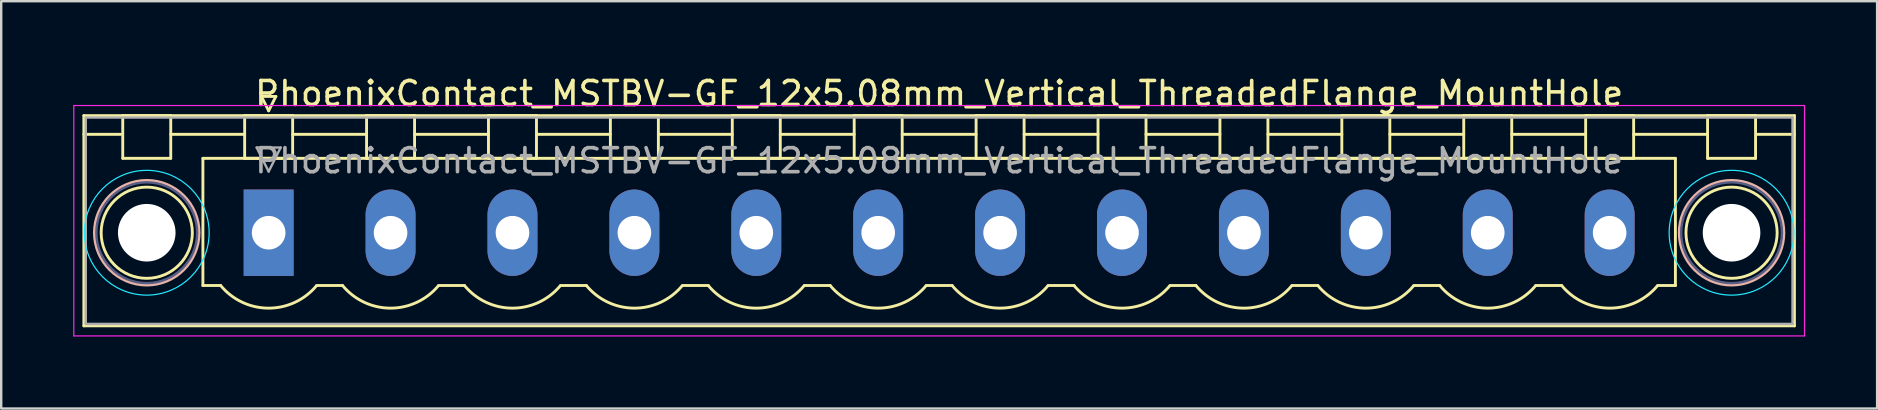
<source format=kicad_pcb>
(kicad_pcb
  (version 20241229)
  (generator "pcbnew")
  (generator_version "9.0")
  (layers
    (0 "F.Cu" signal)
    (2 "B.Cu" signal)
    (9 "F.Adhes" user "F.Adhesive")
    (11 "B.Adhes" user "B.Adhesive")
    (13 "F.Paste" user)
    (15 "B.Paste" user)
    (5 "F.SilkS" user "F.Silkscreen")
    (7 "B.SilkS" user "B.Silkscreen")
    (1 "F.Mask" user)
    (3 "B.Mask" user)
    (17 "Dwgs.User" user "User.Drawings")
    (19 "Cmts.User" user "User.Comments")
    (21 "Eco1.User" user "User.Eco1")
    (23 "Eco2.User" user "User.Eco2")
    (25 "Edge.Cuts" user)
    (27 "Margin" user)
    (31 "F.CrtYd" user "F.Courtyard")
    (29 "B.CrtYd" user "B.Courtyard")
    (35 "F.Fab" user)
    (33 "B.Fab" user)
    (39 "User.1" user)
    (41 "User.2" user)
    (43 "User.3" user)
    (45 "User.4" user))
  (footprint "PhoenixContact_MSTBV-GF_12x5.08mm_Vertical_ThreadedFlange_MountHole"
    (layer "F.Cu")
    (at 8.145 6.648)
    (property "Reference" "PhoenixContact_MSTBV-GF_12x5.08mm_Vertical_ThreadedFlange_MountHole" (at 27.94 -5.8 0) (layer "F.SilkS") (effects (font (size 1 1) (thickness 0.15))))
    (attr through_hole)
    (fp_line (start -7.7 -4.88) (end -7.7 3.88) (stroke (width 0.12) (type solid)) (layer "F.SilkS"))
    (fp_line (start -7.7 -4.1) (end -6.16 -4.1) (stroke (width 0.12) (type solid)) (layer "F.SilkS"))
    (fp_line (start -7.7 3.88) (end 63.58 3.88) (stroke (width 0.12) (type solid)) (layer "F.SilkS"))
    (fp_line (start -6.08 -4.88) (end -4.08 -4.88) (stroke (width 0.12) (type solid)) (layer "F.SilkS"))
    (fp_line (start -6.08 -3.1) (end -6.08 -4.88) (stroke (width 0.12) (type solid)) (layer "F.SilkS"))
    (fp_line (start -4.08 -4.88) (end -4.08 -3.1) (stroke (width 0.12) (type solid)) (layer "F.SilkS"))
    (fp_line (start -4.08 -4.1) (end -1 -4.1) (stroke (width 0.12) (type solid)) (layer "F.SilkS"))
    (fp_line (start -4.08 -3.1) (end -6.08 -3.1) (stroke (width 0.12) (type solid)) (layer "F.SilkS"))
    (fp_line (start -2.74 -3.1) (end 58.62 -3.1) (stroke (width 0.12) (type solid)) (layer "F.SilkS"))
    (fp_line (start -2.74 2.2) (end -2.74 -3.1) (stroke (width 0.12) (type solid)) (layer "F.SilkS"))
    (fp_line (start -2 2.2) (end -2.74 2.2) (stroke (width 0.12) (type solid)) (layer "F.SilkS"))
    (fp_line (start -1 -4.88) (end 1 -4.88) (stroke (width 0.12) (type solid)) (layer "F.SilkS"))
    (fp_line (start -1 -3.1) (end -1 -4.88) (stroke (width 0.12) (type solid)) (layer "F.SilkS"))
    (fp_line (start -0.3 -5.68) (end 0.3 -5.68) (stroke (width 0.12) (type solid)) (layer "F.SilkS"))
    (fp_line (start 0 -5.08) (end -0.3 -5.68) (stroke (width 0.12) (type solid)) (layer "F.SilkS"))
    (fp_line (start 0.3 -5.68) (end 0 -5.08) (stroke (width 0.12) (type solid)) (layer "F.SilkS"))
    (fp_line (start 1 -4.88) (end 1 -3.1) (stroke (width 0.12) (type solid)) (layer "F.SilkS"))
    (fp_line (start 1 -4.1) (end 4.08 -4.1) (stroke (width 0.12) (type solid)) (layer "F.SilkS"))
    (fp_line (start 1 -3.1) (end -1 -3.1) (stroke (width 0.12) (type solid)) (layer "F.SilkS"))
    (fp_line (start 2 2.2) (end 3.08 2.2) (stroke (width 0.12) (type solid)) (layer "F.SilkS"))
    (fp_line (start 4.08 -4.88) (end 6.08 -4.88) (stroke (width 0.12) (type solid)) (layer "F.SilkS"))
    (fp_line (start 4.08 -3.1) (end 4.08 -4.88) (stroke (width 0.12) (type solid)) (layer "F.SilkS"))
    (fp_line (start 6.08 -4.88) (end 6.08 -3.1) (stroke (width 0.12) (type solid)) (layer "F.SilkS"))
    (fp_line (start 6.08 -4.1) (end 9.16 -4.1) (stroke (width 0.12) (type solid)) (layer "F.SilkS"))
    (fp_line (start 6.08 -3.1) (end 4.08 -3.1) (stroke (width 0.12) (type solid)) (layer "F.SilkS"))
    (fp_line (start 7.08 2.2) (end 8.16 2.2) (stroke (width 0.12) (type solid)) (layer "F.SilkS"))
    (fp_line (start 9.16 -4.88) (end 11.16 -4.88) (stroke (width 0.12) (type solid)) (layer "F.SilkS"))
    (fp_line (start 9.16 -3.1) (end 9.16 -4.88) (stroke (width 0.12) (type solid)) (layer "F.SilkS"))
    (fp_line (start 11.16 -4.88) (end 11.16 -3.1) (stroke (width 0.12) (type solid)) (layer "F.SilkS"))
    (fp_line (start 11.16 -4.1) (end 14.24 -4.1) (stroke (width 0.12) (type solid)) (layer "F.SilkS"))
    (fp_line (start 11.16 -3.1) (end 9.16 -3.1) (stroke (width 0.12) (type solid)) (layer "F.SilkS"))
    (fp_line (start 12.16 2.2) (end 13.24 2.2) (stroke (width 0.12) (type solid)) (layer "F.SilkS"))
    (fp_line (start 14.24 -4.88) (end 16.24 -4.88) (stroke (width 0.12) (type solid)) (layer "F.SilkS"))
    (fp_line (start 14.24 -3.1) (end 14.24 -4.88) (stroke (width 0.12) (type solid)) (layer "F.SilkS"))
    (fp_line (start 16.24 -4.88) (end 16.24 -3.1) (stroke (width 0.12) (type solid)) (layer "F.SilkS"))
    (fp_line (start 16.24 -4.1) (end 19.32 -4.1) (stroke (width 0.12) (type solid)) (layer "F.SilkS"))
    (fp_line (start 16.24 -3.1) (end 14.24 -3.1) (stroke (width 0.12) (type solid)) (layer "F.SilkS"))
    (fp_line (start 17.24 2.2) (end 18.32 2.2) (stroke (width 0.12) (type solid)) (layer "F.SilkS"))
    (fp_line (start 19.32 -4.88) (end 21.32 -4.88) (stroke (width 0.12) (type solid)) (layer "F.SilkS"))
    (fp_line (start 19.32 -3.1) (end 19.32 -4.88) (stroke (width 0.12) (type solid)) (layer "F.SilkS"))
    (fp_line (start 21.32 -4.88) (end 21.32 -3.1) (stroke (width 0.12) (type solid)) (layer "F.SilkS"))
    (fp_line (start 21.32 -4.1) (end 24.4 -4.1) (stroke (width 0.12) (type solid)) (layer "F.SilkS"))
    (fp_line (start 21.32 -3.1) (end 19.32 -3.1) (stroke (width 0.12) (type solid)) (layer "F.SilkS"))
    (fp_line (start 22.32 2.2) (end 23.4 2.2) (stroke (width 0.12) (type solid)) (layer "F.SilkS"))
    (fp_line (start 24.4 -4.88) (end 26.4 -4.88) (stroke (width 0.12) (type solid)) (layer "F.SilkS"))
    (fp_line (start 24.4 -3.1) (end 24.4 -4.88) (stroke (width 0.12) (type solid)) (layer "F.SilkS"))
    (fp_line (start 26.4 -4.88) (end 26.4 -3.1) (stroke (width 0.12) (type solid)) (layer "F.SilkS"))
    (fp_line (start 26.4 -4.1) (end 29.48 -4.1) (stroke (width 0.12) (type solid)) (layer "F.SilkS"))
    (fp_line (start 26.4 -3.1) (end 24.4 -3.1) (stroke (width 0.12) (type solid)) (layer "F.SilkS"))
    (fp_line (start 27.4 2.2) (end 28.48 2.2) (stroke (width 0.12) (type solid)) (layer "F.SilkS"))
    (fp_line (start 29.48 -4.88) (end 31.48 -4.88) (stroke (width 0.12) (type solid)) (layer "F.SilkS"))
    (fp_line (start 29.48 -3.1) (end 29.48 -4.88) (stroke (width 0.12) (type solid)) (layer "F.SilkS"))
    (fp_line (start 31.48 -4.88) (end 31.48 -3.1) (stroke (width 0.12) (type solid)) (layer "F.SilkS"))
    (fp_line (start 31.48 -4.1) (end 34.56 -4.1) (stroke (width 0.12) (type solid)) (layer "F.SilkS"))
    (fp_line (start 31.48 -3.1) (end 29.48 -3.1) (stroke (width 0.12) (type solid)) (layer "F.SilkS"))
    (fp_line (start 32.48 2.2) (end 33.56 2.2) (stroke (width 0.12) (type solid)) (layer "F.SilkS"))
    (fp_line (start 34.56 -4.88) (end 36.56 -4.88) (stroke (width 0.12) (type solid)) (layer "F.SilkS"))
    (fp_line (start 34.56 -3.1) (end 34.56 -4.88) (stroke (width 0.12) (type solid)) (layer "F.SilkS"))
    (fp_line (start 36.56 -4.88) (end 36.56 -3.1) (stroke (width 0.12) (type solid)) (layer "F.SilkS"))
    (fp_line (start 36.56 -4.1) (end 39.64 -4.1) (stroke (width 0.12) (type solid)) (layer "F.SilkS"))
    (fp_line (start 36.56 -3.1) (end 34.56 -3.1) (stroke (width 0.12) (type solid)) (layer "F.SilkS"))
    (fp_line (start 37.56 2.2) (end 38.64 2.2) (stroke (width 0.12) (type solid)) (layer "F.SilkS"))
    (fp_line (start 39.64 -4.88) (end 41.64 -4.88) (stroke (width 0.12) (type solid)) (layer "F.SilkS"))
    (fp_line (start 39.64 -3.1) (end 39.64 -4.88) (stroke (width 0.12) (type solid)) (layer "F.SilkS"))
    (fp_line (start 41.64 -4.88) (end 41.64 -3.1) (stroke (width 0.12) (type solid)) (layer "F.SilkS"))
    (fp_line (start 41.64 -4.1) (end 44.72 -4.1) (stroke (width 0.12) (type solid)) (layer "F.SilkS"))
    (fp_line (start 41.64 -3.1) (end 39.64 -3.1) (stroke (width 0.12) (type solid)) (layer "F.SilkS"))
    (fp_line (start 42.64 2.2) (end 43.72 2.2) (stroke (width 0.12) (type solid)) (layer "F.SilkS"))
    (fp_line (start 44.72 -4.88) (end 46.72 -4.88) (stroke (width 0.12) (type solid)) (layer "F.SilkS"))
    (fp_line (start 44.72 -3.1) (end 44.72 -4.88) (stroke (width 0.12) (type solid)) (layer "F.SilkS"))
    (fp_line (start 46.72 -4.88) (end 46.72 -3.1) (stroke (width 0.12) (type solid)) (layer "F.SilkS"))
    (fp_line (start 46.72 -4.1) (end 49.8 -4.1) (stroke (width 0.12) (type solid)) (layer "F.SilkS"))
    (fp_line (start 46.72 -3.1) (end 44.72 -3.1) (stroke (width 0.12) (type solid)) (layer "F.SilkS"))
    (fp_line (start 47.72 2.2) (end 48.8 2.2) (stroke (width 0.12) (type solid)) (layer "F.SilkS"))
    (fp_line (start 49.8 -4.88) (end 51.8 -4.88) (stroke (width 0.12) (type solid)) (layer "F.SilkS"))
    (fp_line (start 49.8 -3.1) (end 49.8 -4.88) (stroke (width 0.12) (type solid)) (layer "F.SilkS"))
    (fp_line (start 51.8 -4.88) (end 51.8 -3.1) (stroke (width 0.12) (type solid)) (layer "F.SilkS"))
    (fp_line (start 51.8 -4.1) (end 54.88 -4.1) (stroke (width 0.12) (type solid)) (layer "F.SilkS"))
    (fp_line (start 51.8 -3.1) (end 49.8 -3.1) (stroke (width 0.12) (type solid)) (layer "F.SilkS"))
    (fp_line (start 52.8 2.2) (end 53.88 2.2) (stroke (width 0.12) (type solid)) (layer "F.SilkS"))
    (fp_line (start 54.88 -4.88) (end 56.88 -4.88) (stroke (width 0.12) (type solid)) (layer "F.SilkS"))
    (fp_line (start 54.88 -3.1) (end 54.88 -4.88) (stroke (width 0.12) (type solid)) (layer "F.SilkS"))
    (fp_line (start 56.88 -4.88) (end 56.88 -3.1) (stroke (width 0.12) (type solid)) (layer "F.SilkS"))
    (fp_line (start 56.88 -4.1) (end 59.96 -4.1) (stroke (width 0.12) (type solid)) (layer "F.SilkS"))
    (fp_line (start 56.88 -3.1) (end 54.88 -3.1) (stroke (width 0.12) (type solid)) (layer "F.SilkS"))
    (fp_line (start 58.62 -3.1) (end 58.62 2.2) (stroke (width 0.12) (type solid)) (layer "F.SilkS"))
    (fp_line (start 58.62 2.2) (end 57.88 2.2) (stroke (width 0.12) (type solid)) (layer "F.SilkS"))
    (fp_line (start 59.96 -4.88) (end 61.96 -4.88) (stroke (width 0.12) (type solid)) (layer "F.SilkS"))
    (fp_line (start 59.96 -3.1) (end 59.96 -4.88) (stroke (width 0.12) (type solid)) (layer "F.SilkS"))
    (fp_line (start 61.96 -4.88) (end 61.96 -3.1) (stroke (width 0.12) (type solid)) (layer "F.SilkS"))
    (fp_line (start 61.96 -3.1) (end 59.96 -3.1) (stroke (width 0.12) (type solid)) (layer "F.SilkS"))
    (fp_line (start 63.58 -4.88) (end -7.7 -4.88) (stroke (width 0.12) (type solid)) (layer "F.SilkS"))
    (fp_line (start 63.58 -4.1) (end 62.04 -4.1) (stroke (width 0.12) (type solid)) (layer "F.SilkS"))
    (fp_line (start 63.58 3.88) (end 63.58 -4.88) (stroke (width 0.12) (type solid)) (layer "F.SilkS"))
    (fp_arc (start 1.986842 2.215821) (mid -0.010289 3.142758) (end -2 2.2) (stroke (width 0.12) (type solid)) (layer "F.SilkS"))
    (fp_arc (start 7.066842 2.215821) (mid 5.069711 3.142758) (end 3.08 2.2) (stroke (width 0.12) (type solid)) (layer "F.SilkS"))
    (fp_arc (start 12.146842 2.215821) (mid 10.149711 3.142758) (end 8.16 2.2) (stroke (width 0.12) (type solid)) (layer "F.SilkS"))
    (fp_arc (start 17.226842 2.215821) (mid 15.229711 3.142758) (end 13.24 2.2) (stroke (width 0.12) (type solid)) (layer "F.SilkS"))
    (fp_arc (start 22.306842 2.215821) (mid 20.309711 3.142758) (end 18.32 2.2) (stroke (width 0.12) (type solid)) (layer "F.SilkS"))
    (fp_arc (start 27.386842 2.215821) (mid 25.389711 3.142758) (end 23.4 2.2) (stroke (width 0.12) (type solid)) (layer "F.SilkS"))
    (fp_arc (start 32.466842 2.215821) (mid 30.469711 3.142758) (end 28.48 2.2) (stroke (width 0.12) (type solid)) (layer "F.SilkS"))
    (fp_arc (start 37.546842 2.215821) (mid 35.549711 3.142758) (end 33.56 2.2) (stroke (width 0.12) (type solid)) (layer "F.SilkS"))
    (fp_arc (start 42.626842 2.215821) (mid 40.629711 3.142758) (end 38.64 2.2) (stroke (width 0.12) (type solid)) (layer "F.SilkS"))
    (fp_arc (start 47.706842 2.215821) (mid 45.709711 3.142758) (end 43.72 2.2) (stroke (width 0.12) (type solid)) (layer "F.SilkS"))
    (fp_arc (start 52.786842 2.215821) (mid 50.789711 3.142758) (end 48.8 2.2) (stroke (width 0.12) (type solid)) (layer "F.SilkS"))
    (fp_arc (start 57.866842 2.215821) (mid 55.869711 3.142758) (end 53.88 2.2) (stroke (width 0.12) (type solid)) (layer "F.SilkS"))
    (fp_circle (center -5.08 0) (end -3.18 0) (stroke (width 0.12) (type solid)) (fill no) (layer "F.SilkS"))
    (fp_circle (center 60.96 0) (end 62.86 0) (stroke (width 0.12) (type solid)) (fill no) (layer "F.SilkS"))
    (fp_circle (center -5.08 0) (end -2.9 0) (stroke (width 0.12) (type solid)) (fill no) (layer "B.SilkS"))
    (fp_circle (center 60.96 0) (end 63.14 0) (stroke (width 0.12) (type solid)) (fill no) (layer "B.SilkS"))
    (fp_circle (center -5.08 0) (end -2.48 0) (stroke (width 0.05) (type solid)) (fill no) (layer "B.CrtYd"))
    (fp_circle (center 60.96 0) (end 63.56 0) (stroke (width 0.05) (type solid)) (fill no) (layer "B.CrtYd"))
    (fp_line (start -8.12 -5.3) (end -8.12 4.3) (stroke (width 0.05) (type solid)) (layer "F.CrtYd"))
    (fp_line (start -8.12 4.3) (end 64 4.3) (stroke (width 0.05) (type solid)) (layer "F.CrtYd"))
    (fp_line (start 64 -5.3) (end -8.12 -5.3) (stroke (width 0.05) (type solid)) (layer "F.CrtYd"))
    (fp_line (start 64 4.3) (end 64 -5.3) (stroke (width 0.05) (type solid)) (layer "F.CrtYd"))
    (fp_circle (center -5.08 0) (end -2.98 0) (stroke (width 0.1) (type solid)) (fill no) (layer "B.Fab"))
    (fp_circle (center 60.96 0) (end 63.06 0) (stroke (width 0.1) (type solid)) (fill no) (layer "B.Fab"))
    (fp_line (start -7.62 -4.8) (end -7.62 3.8) (stroke (width 0.1) (type solid)) (layer "F.Fab"))
    (fp_line (start -7.62 3.8) (end 63.5 3.8) (stroke (width 0.1) (type solid)) (layer "F.Fab"))
    (fp_line (start -0.5 -3.55) (end 0.5 -3.55) (stroke (width 0.1) (type solid)) (layer "F.Fab"))
    (fp_line (start 0 -2.55) (end -0.5 -3.55) (stroke (width 0.1) (type solid)) (layer "F.Fab"))
    (fp_line (start 0.5 -3.55) (end 0 -2.55) (stroke (width 0.1) (type solid)) (layer "F.Fab"))
    (fp_line (start 63.5 -4.8) (end -7.62 -4.8) (stroke (width 0.1) (type solid)) (layer "F.Fab"))
    (fp_line (start 63.5 3.8) (end 63.5 -4.8) (stroke (width 0.1) (type solid)) (layer "F.Fab"))
    (fp_text user "${REFERENCE}" (at 27.94 -3 0) (layer "F.Fab") (effects (font (size 1 1) (thickness 0.15))))
    (pad "" np_thru_hole circle (at -5.08 0) (size 2.4 2.4) (drill 2.4) (layers "*.Cu" "*.Mask"))
    (pad "" np_thru_hole circle (at 60.96 0) (size 2.4 2.4) (drill 2.4) (layers "*.Cu" "*.Mask"))
    (pad "1" thru_hole rect (at 0 0) (size 2.08 3.6) (drill 1.4) (layers "*.Cu" "*.Mask"))
    (pad "2" thru_hole oval (at 5.08 0) (size 2.08 3.6) (drill 1.4) (layers "*.Cu" "*.Mask"))
    (pad "3" thru_hole oval (at 10.16 0) (size 2.08 3.6) (drill 1.4) (layers "*.Cu" "*.Mask"))
    (pad "4" thru_hole oval (at 15.24 0) (size 2.08 3.6) (drill 1.4) (layers "*.Cu" "*.Mask"))
    (pad "5" thru_hole oval (at 20.32 0) (size 2.08 3.6) (drill 1.4) (layers "*.Cu" "*.Mask"))
    (pad "6" thru_hole oval (at 25.4 0) (size 2.08 3.6) (drill 1.4) (layers "*.Cu" "*.Mask"))
    (pad "7" thru_hole oval (at 30.48 0) (size 2.08 3.6) (drill 1.4) (layers "*.Cu" "*.Mask"))
    (pad "8" thru_hole oval (at 35.56 0) (size 2.08 3.6) (drill 1.4) (layers "*.Cu" "*.Mask"))
    (pad "9" thru_hole oval (at 40.64 0) (size 2.08 3.6) (drill 1.4) (layers "*.Cu" "*.Mask"))
    (pad "10" thru_hole oval (at 45.72 0) (size 2.08 3.6) (drill 1.4) (layers "*.Cu" "*.Mask"))
    (pad "11" thru_hole oval (at 50.8 0) (size 2.08 3.6) (drill 1.4) (layers "*.Cu" "*.Mask"))
    (pad "12" thru_hole oval (at 55.88 0) (size 2.08 3.6) (drill 1.4) (layers "*.Cu" "*.Mask")))
  (gr_rect
    (start -3 -3)
    (end 75.17 13.973)
    (stroke (width 0.1) (type default))
    (fill no)
    (layer "Edge.Cuts")))
</source>
